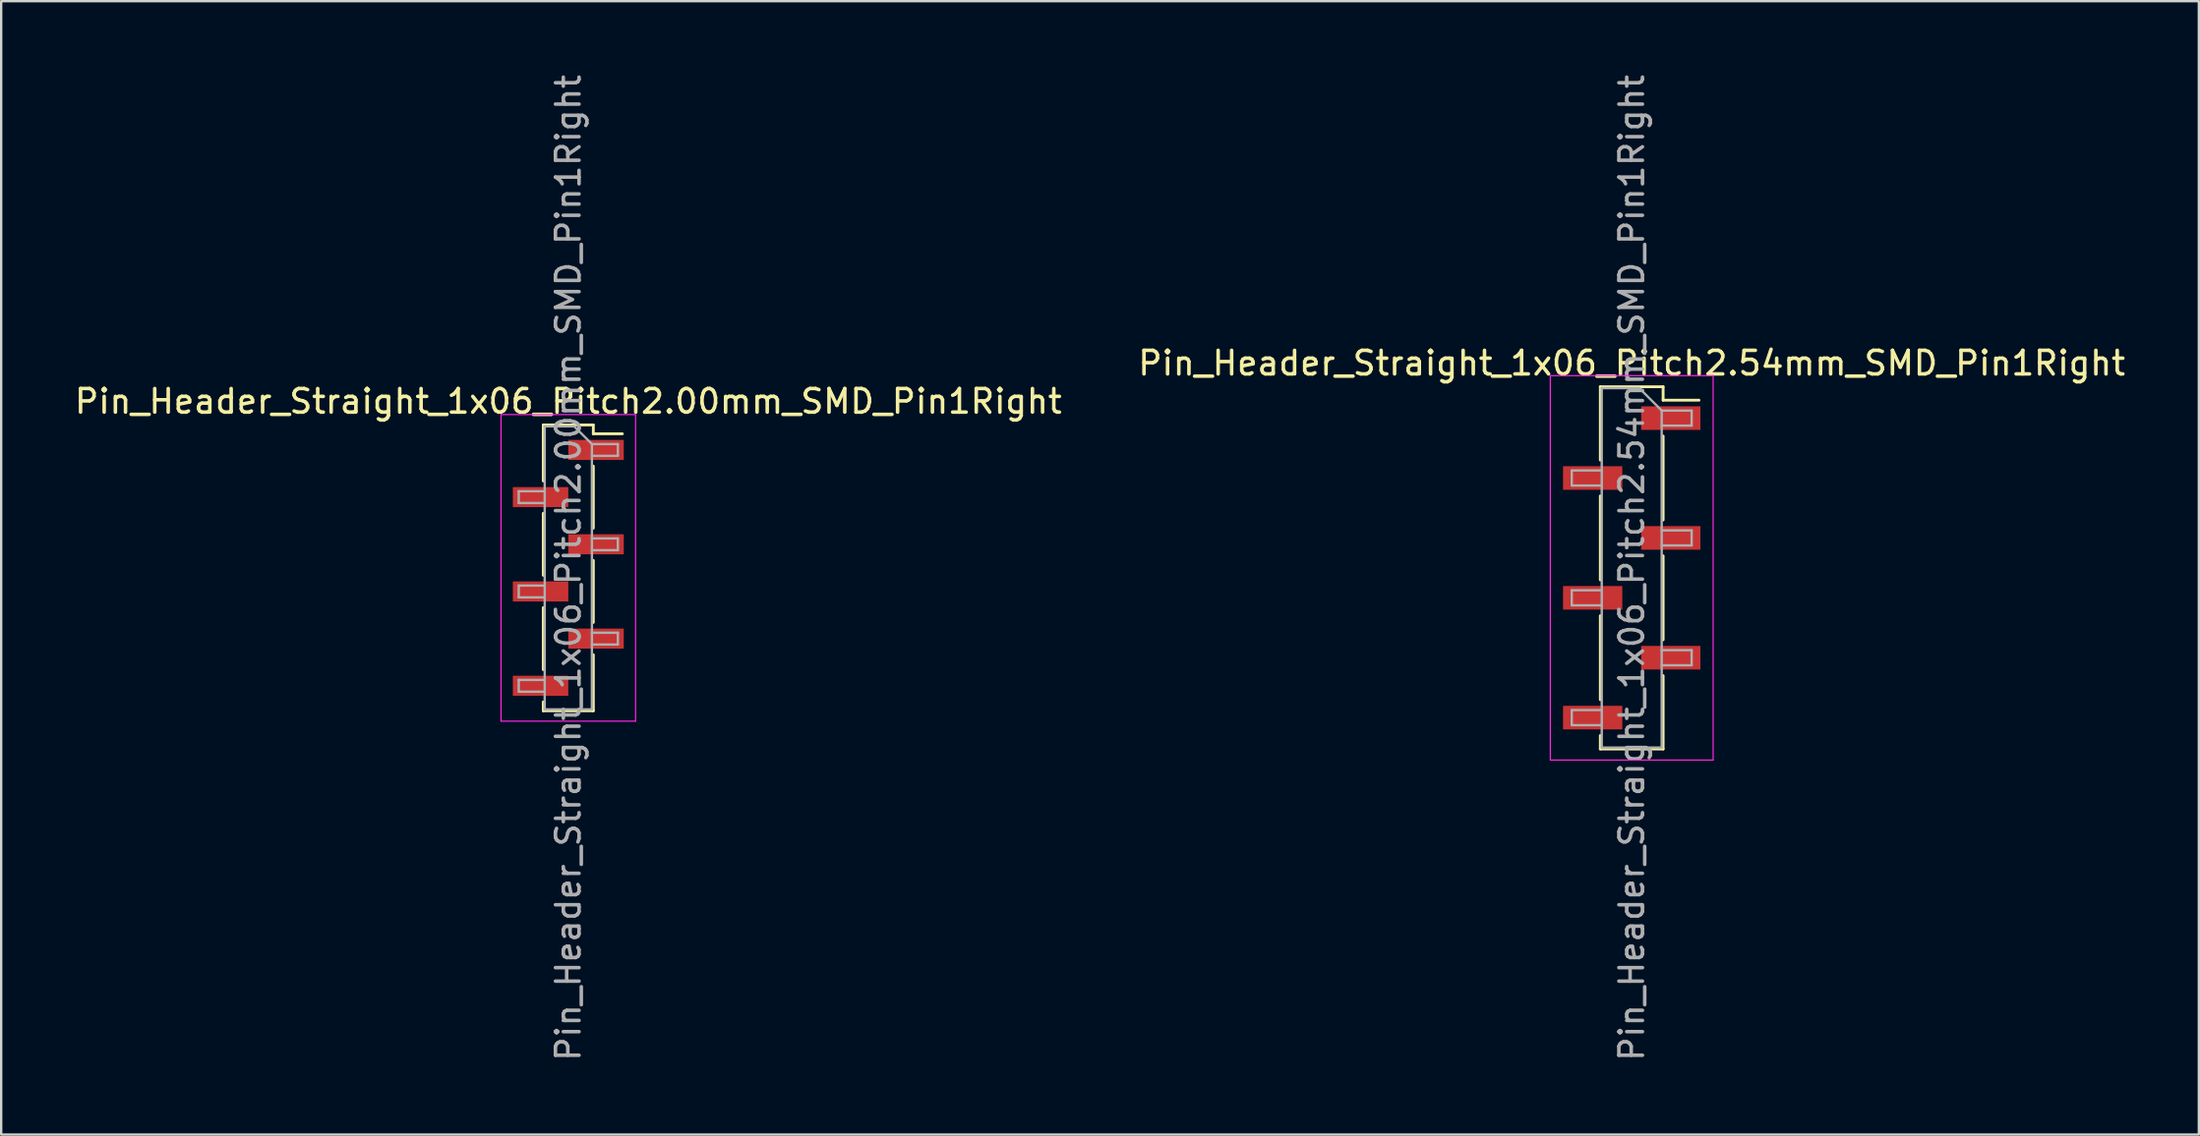
<source format=kicad_pcb>
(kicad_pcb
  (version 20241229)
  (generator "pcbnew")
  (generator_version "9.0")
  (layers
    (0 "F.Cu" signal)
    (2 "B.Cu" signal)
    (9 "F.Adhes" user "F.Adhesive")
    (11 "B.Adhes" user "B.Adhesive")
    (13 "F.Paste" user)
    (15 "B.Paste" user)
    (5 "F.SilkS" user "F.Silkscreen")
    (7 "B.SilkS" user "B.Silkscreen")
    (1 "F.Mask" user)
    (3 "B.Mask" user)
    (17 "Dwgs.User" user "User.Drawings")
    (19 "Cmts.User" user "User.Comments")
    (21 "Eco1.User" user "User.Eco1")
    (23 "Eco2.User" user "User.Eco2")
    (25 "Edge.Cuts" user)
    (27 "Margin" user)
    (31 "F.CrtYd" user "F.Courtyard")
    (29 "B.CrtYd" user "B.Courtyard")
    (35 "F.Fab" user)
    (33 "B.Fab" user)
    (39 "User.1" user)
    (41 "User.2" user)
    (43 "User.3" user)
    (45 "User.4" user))
  (footprint "Pin_Header_Straight_1x06_Pitch2.00mm_SMD_Pin1Right"
    (layer "F.Cu")
    (at 21.03 21.03)
    (property "Reference" "Pin_Header_Straight_1x06_Pitch2.00mm_SMD_Pin1Right" (at 0 -7.06 0) (layer "F.SilkS") (effects (font (size 1 1) (thickness 0.15))))
    (attr smd)
    (fp_line (start -1.06 -6.06) (end -1.06 -3.685) (stroke (width 0.12) (type solid)) (layer "F.SilkS"))
    (fp_line (start -1.06 -6.06) (end 1.06 -6.06) (stroke (width 0.12) (type solid)) (layer "F.SilkS"))
    (fp_line (start -1.06 -2.315) (end -1.06 0.315) (stroke (width 0.12) (type solid)) (layer "F.SilkS"))
    (fp_line (start -1.06 1.685) (end -1.06 4.315) (stroke (width 0.12) (type solid)) (layer "F.SilkS"))
    (fp_line (start -1.06 5.685) (end -1.06 6.06) (stroke (width 0.12) (type solid)) (layer "F.SilkS"))
    (fp_line (start -1.06 6.06) (end 1.06 6.06) (stroke (width 0.12) (type solid)) (layer "F.SilkS"))
    (fp_line (start 1.06 -6.06) (end 1.06 -5.685) (stroke (width 0.12) (type solid)) (layer "F.SilkS"))
    (fp_line (start 1.06 -5.685) (end 2.29 -5.685) (stroke (width 0.12) (type solid)) (layer "F.SilkS"))
    (fp_line (start 1.06 -4.315) (end 1.06 -1.685) (stroke (width 0.12) (type solid)) (layer "F.SilkS"))
    (fp_line (start 1.06 -0.315) (end 1.06 2.315) (stroke (width 0.12) (type solid)) (layer "F.SilkS"))
    (fp_line (start 1.06 3.685) (end 1.06 6.06) (stroke (width 0.12) (type solid)) (layer "F.SilkS"))
    (fp_line (start -2.85 -6.5) (end -2.85 6.5) (stroke (width 0.05) (type solid)) (layer "F.CrtYd"))
    (fp_line (start -2.85 6.5) (end 2.85 6.5) (stroke (width 0.05) (type solid)) (layer "F.CrtYd"))
    (fp_line (start 2.85 -6.5) (end -2.85 -6.5) (stroke (width 0.05) (type solid)) (layer "F.CrtYd"))
    (fp_line (start 2.85 6.5) (end 2.85 -6.5) (stroke (width 0.05) (type solid)) (layer "F.CrtYd"))
    (fp_line (start -2.1 -3.25) (end -2.1 -2.75) (stroke (width 0.1) (type solid)) (layer "F.Fab"))
    (fp_line (start -2.1 -2.75) (end -1 -2.75) (stroke (width 0.1) (type solid)) (layer "F.Fab"))
    (fp_line (start -2.1 0.75) (end -2.1 1.25) (stroke (width 0.1) (type solid)) (layer "F.Fab"))
    (fp_line (start -2.1 1.25) (end -1 1.25) (stroke (width 0.1) (type solid)) (layer "F.Fab"))
    (fp_line (start -2.1 4.75) (end -2.1 5.25) (stroke (width 0.1) (type solid)) (layer "F.Fab"))
    (fp_line (start -2.1 5.25) (end -1 5.25) (stroke (width 0.1) (type solid)) (layer "F.Fab"))
    (fp_line (start -1 -6) (end -1 6) (stroke (width 0.1) (type solid)) (layer "F.Fab"))
    (fp_line (start -1 -6) (end 0.25 -6) (stroke (width 0.1) (type solid)) (layer "F.Fab"))
    (fp_line (start -1 -3.25) (end -2.1 -3.25) (stroke (width 0.1) (type solid)) (layer "F.Fab"))
    (fp_line (start -1 0.75) (end -2.1 0.75) (stroke (width 0.1) (type solid)) (layer "F.Fab"))
    (fp_line (start -1 4.75) (end -2.1 4.75) (stroke (width 0.1) (type solid)) (layer "F.Fab"))
    (fp_line (start 1 -5.25) (end 0.25 -6) (stroke (width 0.1) (type solid)) (layer "F.Fab"))
    (fp_line (start 1 -5.25) (end 2.1 -5.25) (stroke (width 0.1) (type solid)) (layer "F.Fab"))
    (fp_line (start 1 -1.25) (end 2.1 -1.25) (stroke (width 0.1) (type solid)) (layer "F.Fab"))
    (fp_line (start 1 2.75) (end 2.1 2.75) (stroke (width 0.1) (type solid)) (layer "F.Fab"))
    (fp_line (start 1 6) (end -1 6) (stroke (width 0.1) (type solid)) (layer "F.Fab"))
    (fp_line (start 1 6) (end 1 -5.25) (stroke (width 0.1) (type solid)) (layer "F.Fab"))
    (fp_line (start 2.1 -5.25) (end 2.1 -4.75) (stroke (width 0.1) (type solid)) (layer "F.Fab"))
    (fp_line (start 2.1 -4.75) (end 1 -4.75) (stroke (width 0.1) (type solid)) (layer "F.Fab"))
    (fp_line (start 2.1 -1.25) (end 2.1 -0.75) (stroke (width 0.1) (type solid)) (layer "F.Fab"))
    (fp_line (start 2.1 -0.75) (end 1 -0.75) (stroke (width 0.1) (type solid)) (layer "F.Fab"))
    (fp_line (start 2.1 2.75) (end 2.1 3.25) (stroke (width 0.1) (type solid)) (layer "F.Fab"))
    (fp_line (start 2.1 3.25) (end 1 3.25) (stroke (width 0.1) (type solid)) (layer "F.Fab"))
    (fp_text user "${REFERENCE}" (at 0 0 90) (layer "F.Fab") (effects (font (size 1 1) (thickness 0.15))))
    (pad "1" smd rect (at 1.175 -5) (size 2.35 0.85) (layers "F.Cu" "F.Mask" "F.Paste"))
    (pad "2" smd rect (at -1.175 -3) (size 2.35 0.85) (layers "F.Cu" "F.Mask" "F.Paste"))
    (pad "3" smd rect (at 1.175 -1) (size 2.35 0.85) (layers "F.Cu" "F.Mask" "F.Paste"))
    (pad "4" smd rect (at -1.175 1) (size 2.35 0.85) (layers "F.Cu" "F.Mask" "F.Paste"))
    (pad "5" smd rect (at 1.175 3) (size 2.35 0.85) (layers "F.Cu" "F.Mask" "F.Paste"))
    (pad "6" smd rect (at -1.175 5) (size 2.35 0.85) (layers "F.Cu" "F.Mask" "F.Paste")))
  (footprint "Pin_Header_Straight_1x06_Pitch2.54mm_SMD_Pin1Right"
    (layer "F.Cu")
    (at 66.089 21.03)
    (property "Reference" "Pin_Header_Straight_1x06_Pitch2.54mm_SMD_Pin1Right" (at 0 -8.68 0) (layer "F.SilkS") (effects (font (size 1 1) (thickness 0.15))))
    (attr smd)
    (fp_line (start -1.33 -7.68) (end -1.33 -4.57) (stroke (width 0.12) (type solid)) (layer "F.SilkS"))
    (fp_line (start -1.33 -7.68) (end 1.33 -7.68) (stroke (width 0.12) (type solid)) (layer "F.SilkS"))
    (fp_line (start -1.33 -3.05) (end -1.33 0.51) (stroke (width 0.12) (type solid)) (layer "F.SilkS"))
    (fp_line (start -1.33 2.03) (end -1.33 5.59) (stroke (width 0.12) (type solid)) (layer "F.SilkS"))
    (fp_line (start -1.33 7.11) (end -1.33 7.68) (stroke (width 0.12) (type solid)) (layer "F.SilkS"))
    (fp_line (start -1.33 7.68) (end 1.33 7.68) (stroke (width 0.12) (type solid)) (layer "F.SilkS"))
    (fp_line (start 1.33 -7.68) (end 1.33 -7.11) (stroke (width 0.12) (type solid)) (layer "F.SilkS"))
    (fp_line (start 1.33 -7.11) (end 2.85 -7.11) (stroke (width 0.12) (type solid)) (layer "F.SilkS"))
    (fp_line (start 1.33 -5.59) (end 1.33 -2.03) (stroke (width 0.12) (type solid)) (layer "F.SilkS"))
    (fp_line (start 1.33 -0.51) (end 1.33 3.05) (stroke (width 0.12) (type solid)) (layer "F.SilkS"))
    (fp_line (start 1.33 4.57) (end 1.33 7.68) (stroke (width 0.12) (type solid)) (layer "F.SilkS"))
    (fp_line (start -3.45 -8.15) (end -3.45 8.15) (stroke (width 0.05) (type solid)) (layer "F.CrtYd"))
    (fp_line (start -3.45 8.15) (end 3.45 8.15) (stroke (width 0.05) (type solid)) (layer "F.CrtYd"))
    (fp_line (start 3.45 -8.15) (end -3.45 -8.15) (stroke (width 0.05) (type solid)) (layer "F.CrtYd"))
    (fp_line (start 3.45 8.15) (end 3.45 -8.15) (stroke (width 0.05) (type solid)) (layer "F.CrtYd"))
    (fp_line (start -2.54 -4.13) (end -2.54 -3.49) (stroke (width 0.1) (type solid)) (layer "F.Fab"))
    (fp_line (start -2.54 -3.49) (end -1.27 -3.49) (stroke (width 0.1) (type solid)) (layer "F.Fab"))
    (fp_line (start -2.54 0.95) (end -2.54 1.59) (stroke (width 0.1) (type solid)) (layer "F.Fab"))
    (fp_line (start -2.54 1.59) (end -1.27 1.59) (stroke (width 0.1) (type solid)) (layer "F.Fab"))
    (fp_line (start -2.54 6.03) (end -2.54 6.67) (stroke (width 0.1) (type solid)) (layer "F.Fab"))
    (fp_line (start -2.54 6.67) (end -1.27 6.67) (stroke (width 0.1) (type solid)) (layer "F.Fab"))
    (fp_line (start -1.27 -7.62) (end -1.27 7.62) (stroke (width 0.1) (type solid)) (layer "F.Fab"))
    (fp_line (start -1.27 -7.62) (end 0.32 -7.62) (stroke (width 0.1) (type solid)) (layer "F.Fab"))
    (fp_line (start -1.27 -4.13) (end -2.54 -4.13) (stroke (width 0.1) (type solid)) (layer "F.Fab"))
    (fp_line (start -1.27 0.95) (end -2.54 0.95) (stroke (width 0.1) (type solid)) (layer "F.Fab"))
    (fp_line (start -1.27 6.03) (end -2.54 6.03) (stroke (width 0.1) (type solid)) (layer "F.Fab"))
    (fp_line (start 1.27 -6.67) (end 0.32 -7.62) (stroke (width 0.1) (type solid)) (layer "F.Fab"))
    (fp_line (start 1.27 -6.67) (end 2.54 -6.67) (stroke (width 0.1) (type solid)) (layer "F.Fab"))
    (fp_line (start 1.27 -1.59) (end 2.54 -1.59) (stroke (width 0.1) (type solid)) (layer "F.Fab"))
    (fp_line (start 1.27 3.49) (end 2.54 3.49) (stroke (width 0.1) (type solid)) (layer "F.Fab"))
    (fp_line (start 1.27 7.62) (end -1.27 7.62) (stroke (width 0.1) (type solid)) (layer "F.Fab"))
    (fp_line (start 1.27 7.62) (end 1.27 -6.67) (stroke (width 0.1) (type solid)) (layer "F.Fab"))
    (fp_line (start 2.54 -6.67) (end 2.54 -6.03) (stroke (width 0.1) (type solid)) (layer "F.Fab"))
    (fp_line (start 2.54 -6.03) (end 1.27 -6.03) (stroke (width 0.1) (type solid)) (layer "F.Fab"))
    (fp_line (start 2.54 -1.59) (end 2.54 -0.95) (stroke (width 0.1) (type solid)) (layer "F.Fab"))
    (fp_line (start 2.54 -0.95) (end 1.27 -0.95) (stroke (width 0.1) (type solid)) (layer "F.Fab"))
    (fp_line (start 2.54 3.49) (end 2.54 4.13) (stroke (width 0.1) (type solid)) (layer "F.Fab"))
    (fp_line (start 2.54 4.13) (end 1.27 4.13) (stroke (width 0.1) (type solid)) (layer "F.Fab"))
    (fp_text user "${REFERENCE}" (at 0 0 90) (layer "F.Fab") (effects (font (size 1 1) (thickness 0.15))))
    (pad "1" smd rect (at 1.655 -6.35) (size 2.51 1) (layers "F.Cu" "F.Mask" "F.Paste"))
    (pad "2" smd rect (at -1.655 -3.81) (size 2.51 1) (layers "F.Cu" "F.Mask" "F.Paste"))
    (pad "3" smd rect (at 1.655 -1.27) (size 2.51 1) (layers "F.Cu" "F.Mask" "F.Paste"))
    (pad "4" smd rect (at -1.655 1.27) (size 2.51 1) (layers "F.Cu" "F.Mask" "F.Paste"))
    (pad "5" smd rect (at 1.655 3.81) (size 2.51 1) (layers "F.Cu" "F.Mask" "F.Paste"))
    (pad "6" smd rect (at -1.655 6.35) (size 2.51 1) (layers "F.Cu" "F.Mask" "F.Paste")))
  (gr_rect
    (start -3 -3)
    (end 90.119 45.06)
    (stroke (width 0.1) (type default))
    (fill no)
    (layer "Edge.Cuts")))
</source>
